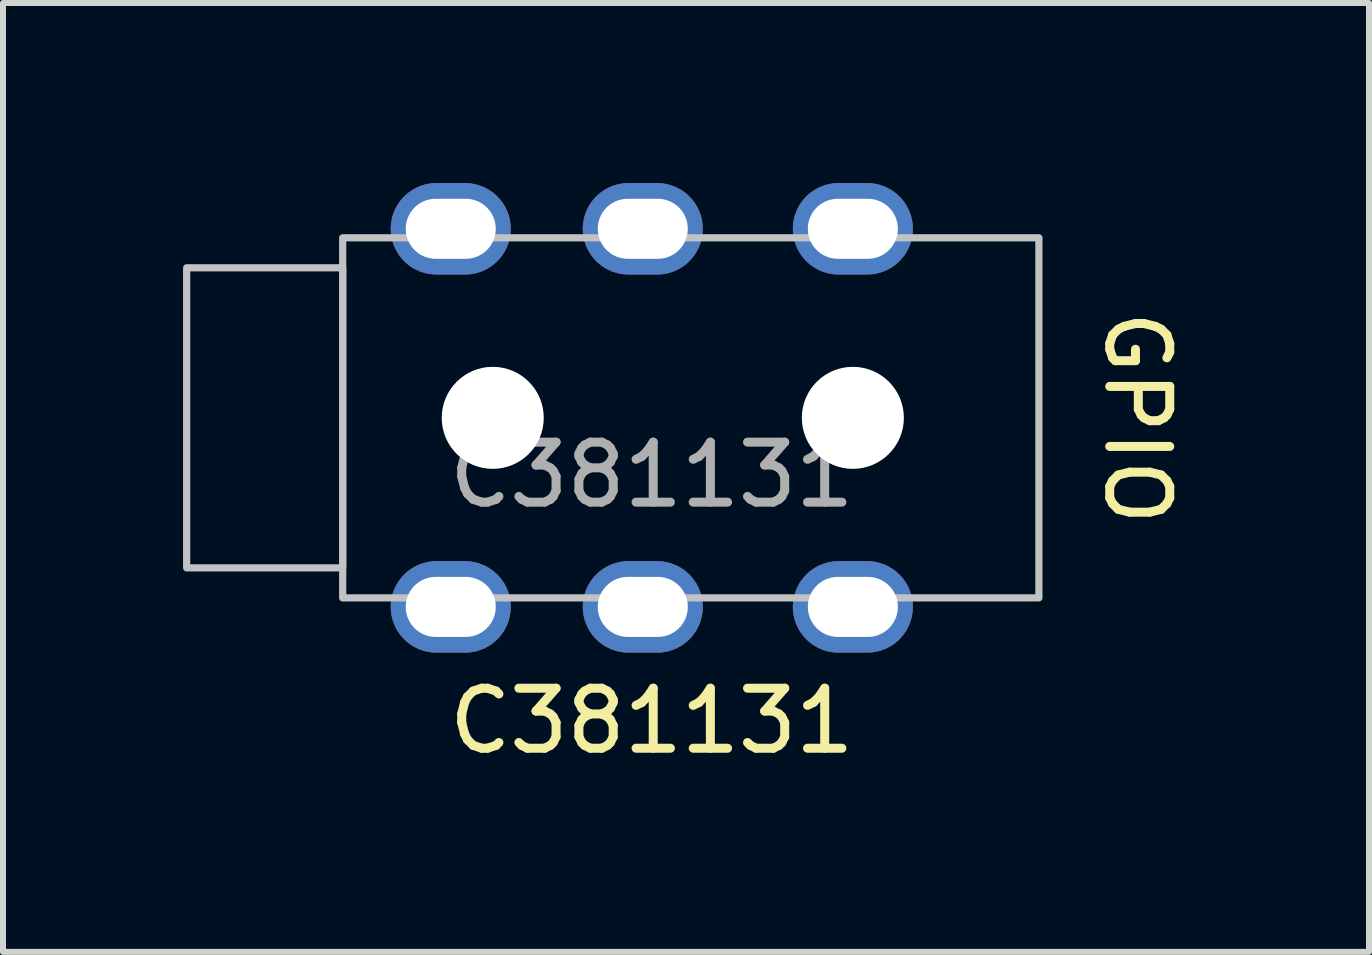
<source format=kicad_pcb>
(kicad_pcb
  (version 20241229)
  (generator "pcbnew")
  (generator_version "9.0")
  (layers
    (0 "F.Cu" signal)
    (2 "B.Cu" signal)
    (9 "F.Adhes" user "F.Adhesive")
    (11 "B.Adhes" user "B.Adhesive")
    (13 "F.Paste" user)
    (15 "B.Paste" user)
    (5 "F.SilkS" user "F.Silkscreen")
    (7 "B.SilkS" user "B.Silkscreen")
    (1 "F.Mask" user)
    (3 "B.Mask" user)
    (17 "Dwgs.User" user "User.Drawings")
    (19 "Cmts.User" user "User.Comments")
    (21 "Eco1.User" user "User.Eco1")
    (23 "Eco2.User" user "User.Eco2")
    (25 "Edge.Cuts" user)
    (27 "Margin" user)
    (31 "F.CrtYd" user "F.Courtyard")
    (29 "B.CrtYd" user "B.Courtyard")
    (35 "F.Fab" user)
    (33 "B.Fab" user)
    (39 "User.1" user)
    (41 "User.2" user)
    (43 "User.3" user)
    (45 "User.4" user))
  (footprint "C381131"
    (layer "F.Cu")
    (at 7.81 3.912)
    (property "Reference" "C381131" (at 0 5.05 0) (unlocked yes) (layer "F.SilkS") (effects (font (size 1 1) (thickness 0.15))))
    (attr through_hole)
    (fp_rect (start -7.75 -2.5) (end -5.15 2.5) (stroke (width 0.12) (type default)) (fill no) (layer "Dwgs.User"))
    (fp_rect (start -5.15 -3) (end 6.45 3) (stroke (width 0.12) (type default)) (fill no) (layer "Dwgs.User"))
    (fp_text user "GPIO" (at 7.5 0 270) (unlocked yes) (layer "F.SilkS") (effects (font (size 1 1) (thickness 0.15)) (justify bottom)))
    (fp_text user "${REFERENCE}" (at 0 0.95 0) (unlocked yes) (layer "F.Fab") (effects (font (size 1 1) (thickness 0.15))))
    (pad "" np_thru_hole circle (at -2.65 0 90) (size 1.7 1.7) (drill 1.7) (layers "*.Cu" "*.Mask"))
    (pad "" np_thru_hole circle (at 3.35 0 90) (size 1.7 1.7) (drill 1.7) (layers "*.Cu" "*.Mask"))
    (pad "0" thru_hole oval (at -0.15 3.15 90) (size 1.524 2) (drill oval 1 1.5) (layers "*.Cu" "*.Mask"))
    (pad "R" thru_hole oval (at -0.15 -3.15 90) (size 1.524 2) (drill oval 1 1.5) (layers "*.Cu" "*.Mask"))
    (pad "S" thru_hole oval (at -3.35 -3.15 90) (size 1.524 2) (drill oval 1 1.5) (layers "*.Cu" "*.Mask"))
    (pad "S" thru_hole oval (at -3.35 3.15 90) (size 1.524 2) (drill oval 1 1.5) (layers "*.Cu" "*.Mask"))
    (pad "T" thru_hole oval (at 3.35 -3.15 90) (size 1.524 2) (drill oval 1 1.5) (layers "*.Cu" "*.Mask"))
    (pad "T" thru_hole oval (at 3.35 3.15 90) (size 1.524 2) (drill oval 1 1.5) (layers "*.Cu" "*.Mask")))
  (gr_rect
    (start -3 -3)
    (end 19.76 12.81)
    (stroke (width 0.1) (type default))
    (fill no)
    (layer "Edge.Cuts")))
</source>
